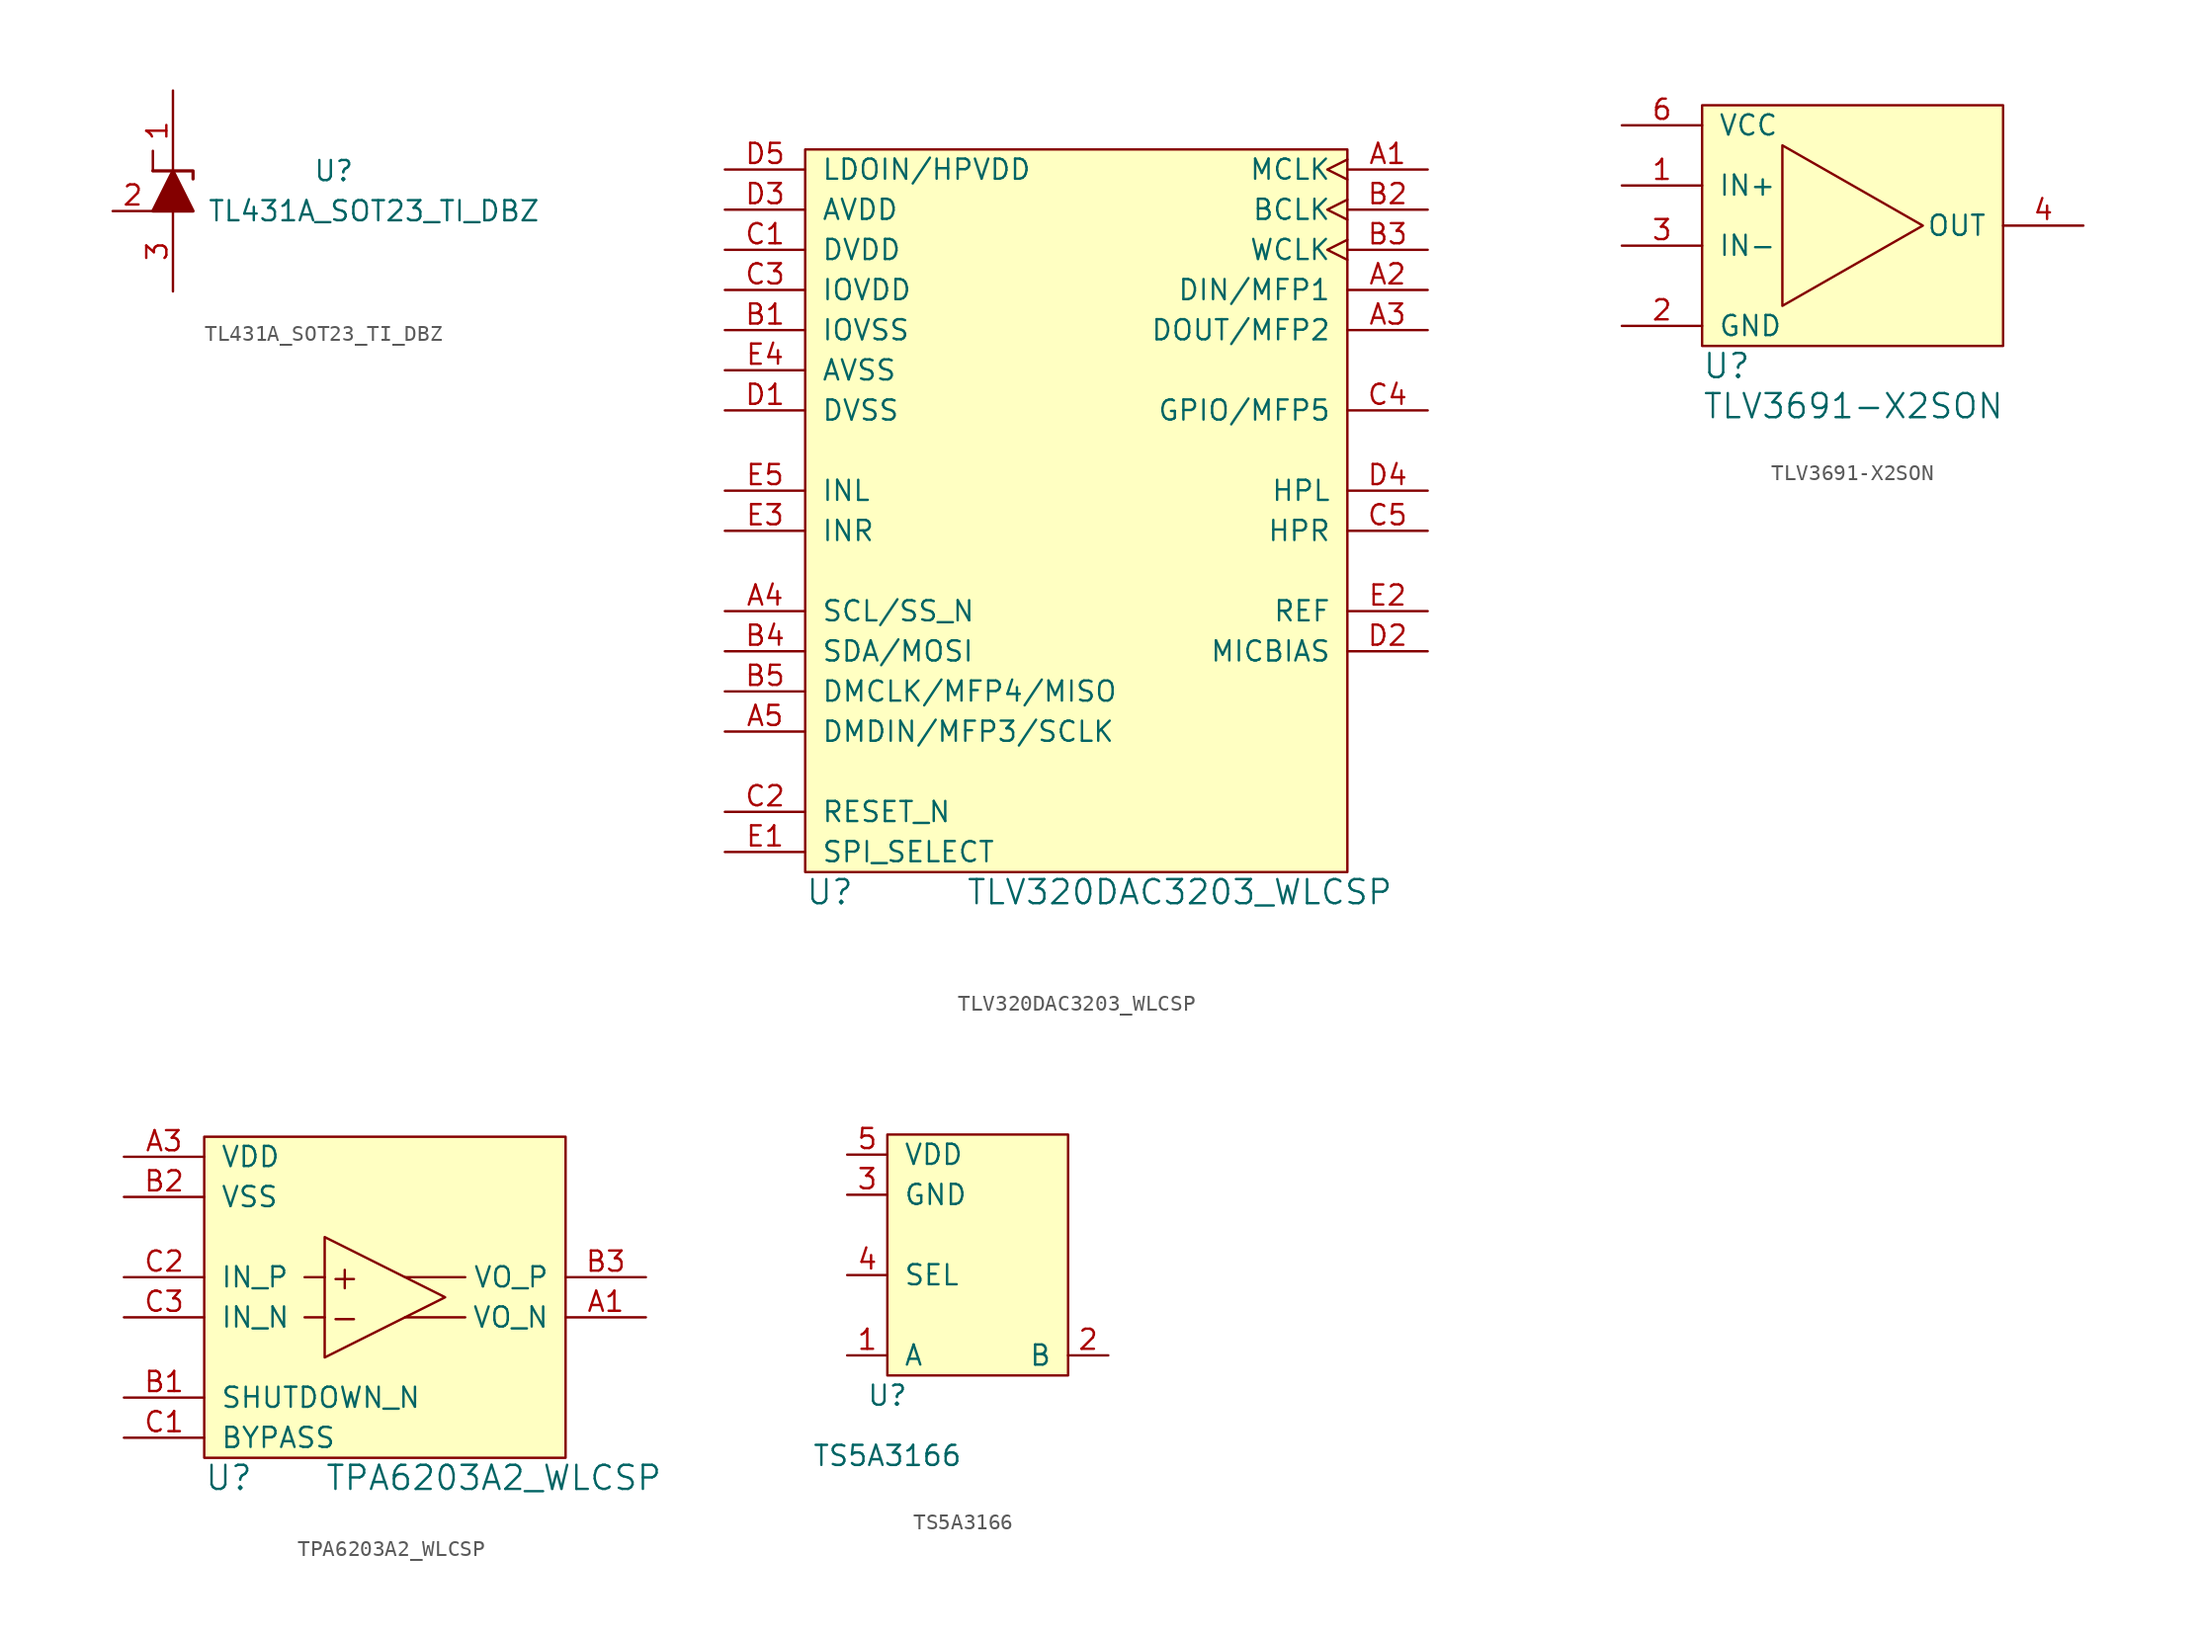
<source format=kicad_sym>
(kicad_symbol_lib
  (version 20211014)
  (generator kicad_symbol_editor)
  (symbol "TL431A_SOT23_TI_DBZ"
    (pin_names
      (offset 1.016))
    (property "Reference" "U"
      (at 10.16 7.62 0)
      (effects (font (size 1.27 1.27))))
    (property "Value" "TL431A_SOT23_TI_DBZ"
      (at 12.7 5.08 0)
      (effects (font (size 1.27 1.27))))
    (symbol "TL431A_SOT23_TI_DBZ_0_1"
      (polyline (pts (xy -1.27 7.62) (xy -1.27 8.89)) (stroke (width 0) (type default) (color 0 0 0 0)) (fill (type none))))
    (symbol "TL431A_SOT23_TI_DBZ_1_1"
      (polyline (pts (xy 0 5.08) (xy 0 7.62)) (stroke (width 0) (type default) (color 0 0 0 0)) (fill (type none)))
      (polyline (pts (xy -1.27 7.62) (xy 1.27 7.62) (xy 1.27 7.112)) (stroke (width 0.203) (type default) (color 0 0 0 0)) (fill (type none)))
      (polyline (pts (xy -1.27 5.08) (xy 1.27 5.08) (xy 0 7.62) (xy -1.27 5.08)) (stroke (width 0.203) (type default) (color 0 0 0 0)) (fill (type outline)))
      (pin passive line (at 0 12.7 270) (length 5.08) (name "~" (effects (font (size 1.27 1.27)))) (number "1" (effects (font (size 1.27 1.27)))))
      (pin passive line (at -3.81 5.08 0) (length 2.54) (name "~" (effects (font (size 1.27 1.27)))) (number "2" (effects (font (size 1.27 1.27)))))
      (pin passive line (at 0 0 90) (length 5.08) (name "~" (effects (font (size 1.27 1.27)))) (number "3" (effects (font (size 1.27 1.27)))))))
  (symbol "TLV320DAC3203_WLCSP"
    (pin_names
      (offset 1.016))
    (property "Reference" "U"
      (at -15.24 -1.27 0)
      (effects (font (size 1.524 1.524)) (justify left)))
    (property "Value" "TLV320DAC3203_WLCSP"
      (at -5.08 -1.27 0)
      (effects (font (size 1.524 1.524)) (justify left)))
    (property "Footprint" ""
      (at -8.89 -1.27 0)
      (effects (font (size 1.524 1.524))))
    (property "Datasheet" ""
      (at -8.89 -1.27 0)
      (effects (font (size 1.524 1.524))))
    (symbol "TLV320DAC3203_WLCSP_0_1"
      (rectangle (start -15.24 45.72) (end 19.05 0) (stroke (width 0) (type default) (color 0 0 0 0)) (fill (type background))))
    (symbol "TLV320DAC3203_WLCSP_1_1"
      (pin input clock (at 24.13 44.45 180) (length 5.08) (name "MCLK" (effects (font (size 1.27 1.27)))) (number "A1" (effects (font (size 1.27 1.27)))))
      (pin input line (at 24.13 36.83 180) (length 5.08) (name "DIN/MFP1" (effects (font (size 1.27 1.27)))) (number "A2" (effects (font (size 1.27 1.27)))))
      (pin output line (at 24.13 34.29 180) (length 5.08) (name "DOUT/MFP2" (effects (font (size 1.27 1.27)))) (number "A3" (effects (font (size 1.27 1.27)))))
      (pin input line (at -20.32 16.51 0) (length 5.08) (name "SCL/SS_N" (effects (font (size 1.27 1.27)))) (number "A4" (effects (font (size 1.27 1.27)))))
      (pin input line (at -20.32 8.89 0) (length 5.08) (name "DMDIN/MFP3/SCLK" (effects (font (size 1.27 1.27)))) (number "A5" (effects (font (size 1.27 1.27)))))
      (pin power_in line (at -20.32 34.29 0) (length 5.08) (name "IOVSS" (effects (font (size 1.27 1.27)))) (number "B1" (effects (font (size 1.27 1.27)))))
      (pin bidirectional clock (at 24.13 41.91 180) (length 5.08) (name "BCLK" (effects (font (size 1.27 1.27)))) (number "B2" (effects (font (size 1.27 1.27)))))
      (pin bidirectional clock (at 24.13 39.37 180) (length 5.08) (name "WCLK" (effects (font (size 1.27 1.27)))) (number "B3" (effects (font (size 1.27 1.27)))))
      (pin input line (at -20.32 13.97 0) (length 5.08) (name "SDA/MOSI" (effects (font (size 1.27 1.27)))) (number "B4" (effects (font (size 1.27 1.27)))))
      (pin output line (at -20.32 11.43 0) (length 5.08) (name "DMCLK/MFP4/MISO" (effects (font (size 1.27 1.27)))) (number "B5" (effects (font (size 1.27 1.27)))))
      (pin power_in line (at -20.32 39.37 0) (length 5.08) (name "DVDD" (effects (font (size 1.27 1.27)))) (number "C1" (effects (font (size 1.27 1.27)))))
      (pin input line (at -20.32 3.81 0) (length 5.08) (name "RESET_N" (effects (font (size 1.27 1.27)))) (number "C2" (effects (font (size 1.27 1.27)))))
      (pin power_in line (at -20.32 36.83 0) (length 5.08) (name "IOVDD" (effects (font (size 1.27 1.27)))) (number "C3" (effects (font (size 1.27 1.27)))))
      (pin bidirectional line (at 24.13 29.21 180) (length 5.08) (name "GPIO/MFP5" (effects (font (size 1.27 1.27)))) (number "C4" (effects (font (size 1.27 1.27)))))
      (pin output line (at 24.13 21.59 180) (length 5.08) (name "HPR" (effects (font (size 1.27 1.27)))) (number "C5" (effects (font (size 1.27 1.27)))))
      (pin power_in line (at -20.32 29.21 0) (length 5.08) (name "DVSS" (effects (font (size 1.27 1.27)))) (number "D1" (effects (font (size 1.27 1.27)))))
      (pin output line (at 24.13 13.97 180) (length 5.08) (name "MICBIAS" (effects (font (size 1.27 1.27)))) (number "D2" (effects (font (size 1.27 1.27)))))
      (pin power_in line (at -20.32 41.91 0) (length 5.08) (name "AVDD" (effects (font (size 1.27 1.27)))) (number "D3" (effects (font (size 1.27 1.27)))))
      (pin output line (at 24.13 24.13 180) (length 5.08) (name "HPL" (effects (font (size 1.27 1.27)))) (number "D4" (effects (font (size 1.27 1.27)))))
      (pin power_in line (at -20.32 44.45 0) (length 5.08) (name "LDOIN/HPVDD" (effects (font (size 1.27 1.27)))) (number "D5" (effects (font (size 1.27 1.27)))))
      (pin input line (at -20.32 1.27 0) (length 5.08) (name "SPI_SELECT" (effects (font (size 1.27 1.27)))) (number "E1" (effects (font (size 1.27 1.27)))))
      (pin output line (at 24.13 16.51 180) (length 5.08) (name "REF" (effects (font (size 1.27 1.27)))) (number "E2" (effects (font (size 1.27 1.27)))))
      (pin input line (at -20.32 21.59 0) (length 5.08) (name "INR" (effects (font (size 1.27 1.27)))) (number "E3" (effects (font (size 1.27 1.27)))))
      (pin power_in line (at -20.32 31.75 0) (length 5.08) (name "AVSS" (effects (font (size 1.27 1.27)))) (number "E4" (effects (font (size 1.27 1.27)))))
      (pin input line (at -20.32 24.13 0) (length 5.08) (name "INL" (effects (font (size 1.27 1.27)))) (number "E5" (effects (font (size 1.27 1.27)))))))
  (symbol "TLV3691-X2SON"
    (pin_names
      (offset 1.016))
    (property "Reference" "U"
      (at 0 -1.27 0)
      (effects (font (size 1.524 1.524)) (justify left)))
    (property "Value" "TLV3691-X2SON"
      (at 0 -3.81 0)
      (effects (font (size 1.524 1.524)) (justify left)))
    (property "Footprint" ""
      (at 0 0 0)
      (effects (font (size 1.524 1.524))))
    (property "Datasheet" ""
      (at 0 0 0)
      (effects (font (size 1.524 1.524))))
    (symbol "TLV3691-X2SON_0_1"
      (polyline (pts (xy 5.08 12.7) (xy 5.08 2.54) (xy 13.97 7.62) (xy 5.08 12.7)) (stroke (width 0) (type default) (color 0 0 0 0)) (fill (type none)))
      (rectangle (start 0 15.24) (end 19.05 0) (stroke (width 0) (type default) (color 0 0 0 0)) (fill (type background))))
    (symbol "TLV3691-X2SON_1_1"
      (pin input line (at -5.08 10.16 0) (length 5.08) (name "IN+" (effects (font (size 1.27 1.27)))) (number "1" (effects (font (size 1.27 1.27)))))
      (pin power_in line (at -5.08 1.27 0) (length 5.08) (name "GND" (effects (font (size 1.27 1.27)))) (number "2" (effects (font (size 1.27 1.27)))))
      (pin input line (at -5.08 6.35 0) (length 5.08) (name "IN-" (effects (font (size 1.27 1.27)))) (number "3" (effects (font (size 1.27 1.27)))))
      (pin output line (at 24.13 7.62 180) (length 5.08) (name "OUT" (effects (font (size 1.27 1.27)))) (number "4" (effects (font (size 1.27 1.27)))))
      (pin power_in line (at -5.08 13.97 0) (length 5.08) (name "VCC" (effects (font (size 1.27 1.27)))) (number "6" (effects (font (size 1.27 1.27)))))))
  (symbol "TPA6203A2_WLCSP"
    (pin_names
      (offset 1.016))
    (property "Reference" "U"
      (at -7.62 -2.54 0)
      (effects (font (size 1.524 1.524)) (justify left)))
    (property "Value" "TPA6203A2_WLCSP"
      (at 0 -2.54 0)
      (effects (font (size 1.524 1.524)) (justify left)))
    (property "Footprint" ""
      (at 0 2.54 0)
      (effects (font (size 1.524 1.524))))
    (property "Datasheet" ""
      (at 0 2.54 0)
      (effects (font (size 1.524 1.524))))
    (symbol "TPA6203A2_WLCSP_0_0"
      (text "+" (at 1.27 10.16 0) (effects (font (size 1.524 1.524))))
      (text "-" (at 1.27 7.62 0) (effects (font (size 1.524 1.524)))))
    (symbol "TPA6203A2_WLCSP_0_1"
      (rectangle (start -7.62 19.05) (end 15.24 -1.27) (stroke (width 0) (type default) (color 0 0 0 0)) (fill (type background)))
      (polyline (pts (xy -1.27 7.62) (xy 0 7.62)) (stroke (width 0) (type default) (color 0 0 0 0)) (fill (type none)))
      (polyline (pts (xy -1.27 10.16) (xy 0 10.16)) (stroke (width 0) (type default) (color 0 0 0 0)) (fill (type none)))
      (polyline (pts (xy 5.08 7.62) (xy 8.89 7.62)) (stroke (width 0) (type default) (color 0 0 0 0)) (fill (type none)))
      (polyline (pts (xy 5.08 10.16) (xy 8.89 10.16)) (stroke (width 0) (type default) (color 0 0 0 0)) (fill (type none)))
      (polyline (pts (xy 0 12.7) (xy 0 5.08) (xy 7.62 8.89) (xy 0 12.7)) (stroke (width 0) (type default) (color 0 0 0 0)) (fill (type none))))
    (symbol "TPA6203A2_WLCSP_1_1"
      (pin output line (at 20.32 7.62 180) (length 5.08) (name "VO_N" (effects (font (size 1.27 1.27)))) (number "A1" (effects (font (size 1.27 1.27)))))
      (pin power_in line (at -12.7 17.78 0) (length 5.08) (name "VDD" (effects (font (size 1.27 1.27)))) (number "A3" (effects (font (size 1.27 1.27)))))
      (pin input line (at -12.7 2.54 0) (length 5.08) (name "SHUTDOWN_N" (effects (font (size 1.27 1.27)))) (number "B1" (effects (font (size 1.27 1.27)))))
      (pin power_in line (at -12.7 15.24 0) (length 5.08) (name "VSS" (effects (font (size 1.27 1.27)))) (number "B2" (effects (font (size 1.27 1.27)))))
      (pin output line (at 20.32 10.16 180) (length 5.08) (name "VO_P" (effects (font (size 1.27 1.27)))) (number "B3" (effects (font (size 1.27 1.27)))))
      (pin passive line (at -12.7 0 0) (length 5.08) (name "BYPASS" (effects (font (size 1.27 1.27)))) (number "C1" (effects (font (size 1.27 1.27)))))
      (pin input line (at -12.7 10.16 0) (length 5.08) (name "IN_P" (effects (font (size 1.27 1.27)))) (number "C2" (effects (font (size 1.27 1.27)))))
      (pin input line (at -12.7 7.62 0) (length 5.08) (name "IN_N" (effects (font (size 1.27 1.27)))) (number "C3" (effects (font (size 1.27 1.27)))))))
  (symbol "TS5A3166"
    (pin_names
      (offset 1.016))
    (property "Reference" "U"
      (at 0 -1.27 0)
      (effects (font (size 1.27 1.27))))
    (property "Value" "TS5A3166"
      (at 0 -5.08 0)
      (effects (font (size 1.27 1.27))))
    (symbol "TS5A3166_0_1"
      (rectangle (start 0 15.24) (end 11.43 0) (stroke (width 0) (type default) (color 0 0 0 0)) (fill (type background))))
    (symbol "TS5A3166_1_1"
      (pin bidirectional line (at -2.54 1.27 0) (length 2.54) (name "A" (effects (font (size 1.27 1.27)))) (number "1" (effects (font (size 1.27 1.27)))))
      (pin bidirectional line (at 13.97 1.27 180) (length 2.54) (name "B" (effects (font (size 1.27 1.27)))) (number "2" (effects (font (size 1.27 1.27)))))
      (pin power_in line (at -2.54 11.43 0) (length 2.54) (name "GND" (effects (font (size 1.27 1.27)))) (number "3" (effects (font (size 1.27 1.27)))))
      (pin input line (at -2.54 6.35 0) (length 2.54) (name "SEL" (effects (font (size 1.27 1.27)))) (number "4" (effects (font (size 1.27 1.27)))))
      (pin power_in line (at -2.54 13.97 0) (length 2.54) (name "VDD" (effects (font (size 1.27 1.27)))) (number "5" (effects (font (size 1.27 1.27))))))))
</source>
